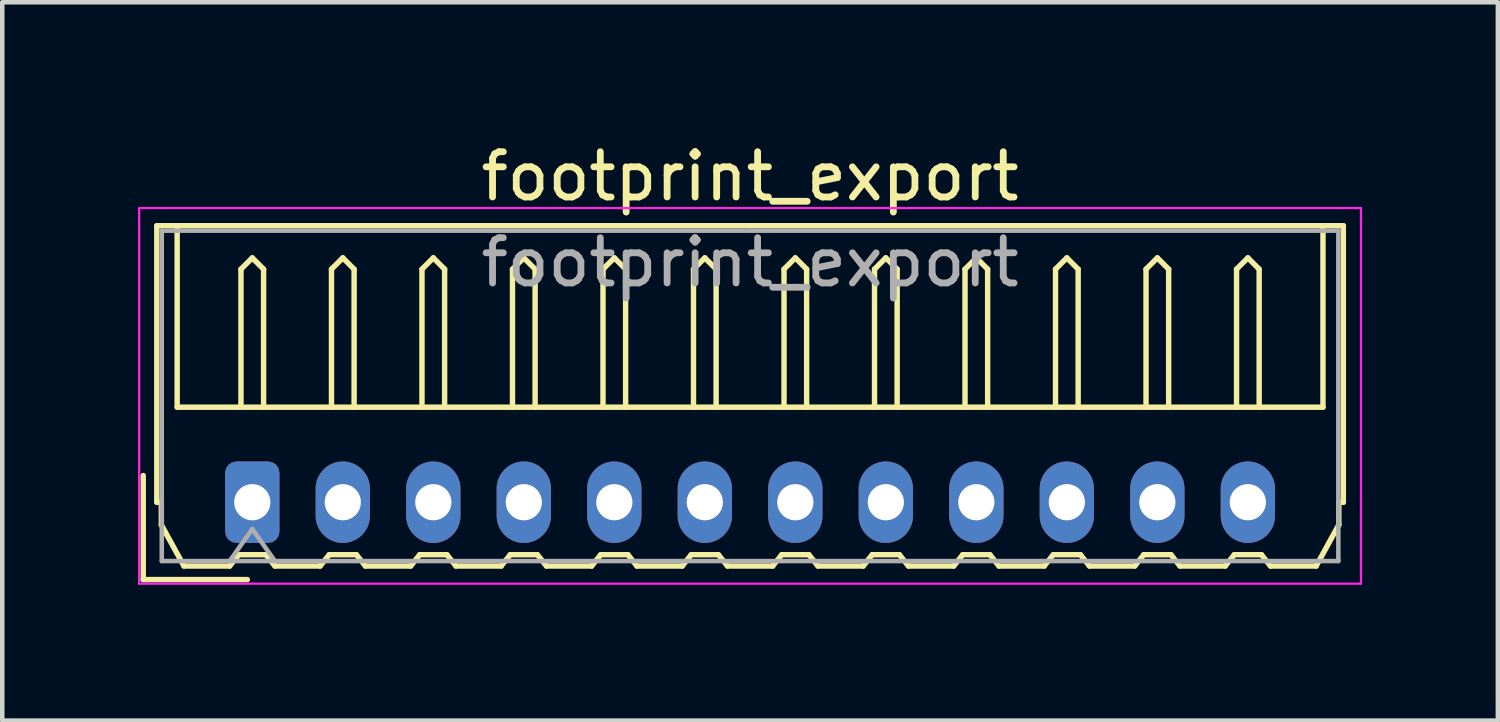
<source format=kicad_pcb>
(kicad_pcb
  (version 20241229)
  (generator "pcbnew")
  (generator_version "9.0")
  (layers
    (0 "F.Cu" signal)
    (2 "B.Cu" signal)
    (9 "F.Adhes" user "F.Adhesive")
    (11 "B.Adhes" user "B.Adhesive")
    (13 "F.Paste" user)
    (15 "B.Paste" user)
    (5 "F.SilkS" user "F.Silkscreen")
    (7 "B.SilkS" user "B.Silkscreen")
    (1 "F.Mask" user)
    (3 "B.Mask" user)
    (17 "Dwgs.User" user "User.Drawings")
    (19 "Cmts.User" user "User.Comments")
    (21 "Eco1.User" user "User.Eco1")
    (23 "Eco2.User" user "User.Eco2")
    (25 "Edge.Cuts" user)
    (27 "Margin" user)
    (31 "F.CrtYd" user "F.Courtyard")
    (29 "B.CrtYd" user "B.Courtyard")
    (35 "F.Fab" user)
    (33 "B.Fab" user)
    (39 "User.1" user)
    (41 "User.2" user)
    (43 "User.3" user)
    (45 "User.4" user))
  (footprint "footprint_export"
    (layer "F.Cu")
    (at 2.525 8.048)
    (property "Reference" "footprint_export" (at 11 -7.2 0) (layer "F.SilkS") (effects (font (size 1 1) (thickness 0.15))))
    (attr through_hole)
    (fp_line (start -2.41 1.71) (end -2.41 -0.59) (stroke (width 0.12) (type solid)) (layer "F.SilkS"))
    (fp_line (start -2.11 -6.11) (end 11 -6.11) (stroke (width 0.12) (type solid)) (layer "F.SilkS"))
    (fp_line (start -2.11 0) (end -2.11 -6.11) (stroke (width 0.12) (type solid)) (layer "F.SilkS"))
    (fp_line (start -2.01 0) (end -2.11 0) (stroke (width 0.12) (type solid)) (layer "F.SilkS"))
    (fp_line (start -2.01 0.5) (end -2.01 0) (stroke (width 0.12) (type solid)) (layer "F.SilkS"))
    (fp_line (start -1.66 -6.11) (end -1.66 -2.1) (stroke (width 0.12) (type solid)) (layer "F.SilkS"))
    (fp_line (start -1.66 -2.1) (end 23.66 -2.1) (stroke (width 0.12) (type solid)) (layer "F.SilkS"))
    (fp_line (start -1.51 1.41) (end -2.01 0.5) (stroke (width 0.12) (type solid)) (layer "F.SilkS"))
    (fp_line (start -0.5 1.41) (end -1.51 1.41) (stroke (width 0.12) (type solid)) (layer "F.SilkS"))
    (fp_line (start -0.3 1.16) (end -0.5 1.41) (stroke (width 0.12) (type solid)) (layer "F.SilkS"))
    (fp_line (start -0.3 1.16) (end 0.3 1.16) (stroke (width 0.12) (type solid)) (layer "F.SilkS"))
    (fp_line (start -0.25 -5.15) (end 0 -5.4) (stroke (width 0.12) (type solid)) (layer "F.SilkS"))
    (fp_line (start -0.25 -2.1) (end -0.25 -5.15) (stroke (width 0.12) (type solid)) (layer "F.SilkS"))
    (fp_line (start -0.11 1.71) (end -2.41 1.71) (stroke (width 0.12) (type solid)) (layer "F.SilkS"))
    (fp_line (start 0 -5.4) (end 0.25 -5.15) (stroke (width 0.12) (type solid)) (layer "F.SilkS"))
    (fp_line (start 0.25 -5.15) (end 0.25 -2.1) (stroke (width 0.12) (type solid)) (layer "F.SilkS"))
    (fp_line (start 0.3 1.16) (end 0.5 1.41) (stroke (width 0.12) (type solid)) (layer "F.SilkS"))
    (fp_line (start 0.5 1.41) (end 1.5 1.41) (stroke (width 0.12) (type solid)) (layer "F.SilkS"))
    (fp_line (start 1.5 1.41) (end 1.7 1.16) (stroke (width 0.12) (type solid)) (layer "F.SilkS"))
    (fp_line (start 1.7 1.16) (end 2.3 1.16) (stroke (width 0.12) (type solid)) (layer "F.SilkS"))
    (fp_line (start 1.75 -5.15) (end 2 -5.4) (stroke (width 0.12) (type solid)) (layer "F.SilkS"))
    (fp_line (start 1.75 -2.1) (end 1.75 -5.15) (stroke (width 0.12) (type solid)) (layer "F.SilkS"))
    (fp_line (start 2 -5.4) (end 2.25 -5.15) (stroke (width 0.12) (type solid)) (layer "F.SilkS"))
    (fp_line (start 2.25 -5.15) (end 2.25 -2.1) (stroke (width 0.12) (type solid)) (layer "F.SilkS"))
    (fp_line (start 2.3 1.16) (end 2.5 1.41) (stroke (width 0.12) (type solid)) (layer "F.SilkS"))
    (fp_line (start 2.5 1.41) (end 3.5 1.41) (stroke (width 0.12) (type solid)) (layer "F.SilkS"))
    (fp_line (start 3.5 1.41) (end 3.7 1.16) (stroke (width 0.12) (type solid)) (layer "F.SilkS"))
    (fp_line (start 3.7 1.16) (end 4.3 1.16) (stroke (width 0.12) (type solid)) (layer "F.SilkS"))
    (fp_line (start 3.75 -5.15) (end 4 -5.4) (stroke (width 0.12) (type solid)) (layer "F.SilkS"))
    (fp_line (start 3.75 -2.1) (end 3.75 -5.15) (stroke (width 0.12) (type solid)) (layer "F.SilkS"))
    (fp_line (start 4 -5.4) (end 4.25 -5.15) (stroke (width 0.12) (type solid)) (layer "F.SilkS"))
    (fp_line (start 4.25 -5.15) (end 4.25 -2.1) (stroke (width 0.12) (type solid)) (layer "F.SilkS"))
    (fp_line (start 4.3 1.16) (end 4.5 1.41) (stroke (width 0.12) (type solid)) (layer "F.SilkS"))
    (fp_line (start 4.5 1.41) (end 5.5 1.41) (stroke (width 0.12) (type solid)) (layer "F.SilkS"))
    (fp_line (start 5.5 1.41) (end 5.7 1.16) (stroke (width 0.12) (type solid)) (layer "F.SilkS"))
    (fp_line (start 5.7 1.16) (end 6.3 1.16) (stroke (width 0.12) (type solid)) (layer "F.SilkS"))
    (fp_line (start 5.75 -5.15) (end 6 -5.4) (stroke (width 0.12) (type solid)) (layer "F.SilkS"))
    (fp_line (start 5.75 -2.1) (end 5.75 -5.15) (stroke (width 0.12) (type solid)) (layer "F.SilkS"))
    (fp_line (start 6 -5.4) (end 6.25 -5.15) (stroke (width 0.12) (type solid)) (layer "F.SilkS"))
    (fp_line (start 6.25 -5.15) (end 6.25 -2.1) (stroke (width 0.12) (type solid)) (layer "F.SilkS"))
    (fp_line (start 6.3 1.16) (end 6.5 1.41) (stroke (width 0.12) (type solid)) (layer "F.SilkS"))
    (fp_line (start 6.5 1.41) (end 7.5 1.41) (stroke (width 0.12) (type solid)) (layer "F.SilkS"))
    (fp_line (start 7.5 1.41) (end 7.7 1.16) (stroke (width 0.12) (type solid)) (layer "F.SilkS"))
    (fp_line (start 7.7 1.16) (end 8.3 1.16) (stroke (width 0.12) (type solid)) (layer "F.SilkS"))
    (fp_line (start 7.75 -5.15) (end 8 -5.4) (stroke (width 0.12) (type solid)) (layer "F.SilkS"))
    (fp_line (start 7.75 -2.1) (end 7.75 -5.15) (stroke (width 0.12) (type solid)) (layer "F.SilkS"))
    (fp_line (start 8 -5.4) (end 8.25 -5.15) (stroke (width 0.12) (type solid)) (layer "F.SilkS"))
    (fp_line (start 8.25 -5.15) (end 8.25 -2.1) (stroke (width 0.12) (type solid)) (layer "F.SilkS"))
    (fp_line (start 8.3 1.16) (end 8.5 1.41) (stroke (width 0.12) (type solid)) (layer "F.SilkS"))
    (fp_line (start 8.5 1.41) (end 9.5 1.41) (stroke (width 0.12) (type solid)) (layer "F.SilkS"))
    (fp_line (start 9.5 1.41) (end 9.7 1.16) (stroke (width 0.12) (type solid)) (layer "F.SilkS"))
    (fp_line (start 9.7 1.16) (end 10.3 1.16) (stroke (width 0.12) (type solid)) (layer "F.SilkS"))
    (fp_line (start 9.75 -5.15) (end 10 -5.4) (stroke (width 0.12) (type solid)) (layer "F.SilkS"))
    (fp_line (start 9.75 -2.1) (end 9.75 -5.15) (stroke (width 0.12) (type solid)) (layer "F.SilkS"))
    (fp_line (start 10 -5.4) (end 10.25 -5.15) (stroke (width 0.12) (type solid)) (layer "F.SilkS"))
    (fp_line (start 10.25 -5.15) (end 10.25 -2.1) (stroke (width 0.12) (type solid)) (layer "F.SilkS"))
    (fp_line (start 10.3 1.16) (end 10.5 1.41) (stroke (width 0.12) (type solid)) (layer "F.SilkS"))
    (fp_line (start 10.5 1.41) (end 11.5 1.41) (stroke (width 0.12) (type solid)) (layer "F.SilkS"))
    (fp_line (start 11.5 1.41) (end 11.7 1.16) (stroke (width 0.12) (type solid)) (layer "F.SilkS"))
    (fp_line (start 11.7 1.16) (end 12.3 1.16) (stroke (width 0.12) (type solid)) (layer "F.SilkS"))
    (fp_line (start 11.75 -5.15) (end 12 -5.4) (stroke (width 0.12) (type solid)) (layer "F.SilkS"))
    (fp_line (start 11.75 -2.1) (end 11.75 -5.15) (stroke (width 0.12) (type solid)) (layer "F.SilkS"))
    (fp_line (start 12 -5.4) (end 12.25 -5.15) (stroke (width 0.12) (type solid)) (layer "F.SilkS"))
    (fp_line (start 12.25 -5.15) (end 12.25 -2.1) (stroke (width 0.12) (type solid)) (layer "F.SilkS"))
    (fp_line (start 12.3 1.16) (end 12.5 1.41) (stroke (width 0.12) (type solid)) (layer "F.SilkS"))
    (fp_line (start 12.5 1.41) (end 13.5 1.41) (stroke (width 0.12) (type solid)) (layer "F.SilkS"))
    (fp_line (start 13.5 1.41) (end 13.7 1.16) (stroke (width 0.12) (type solid)) (layer "F.SilkS"))
    (fp_line (start 13.7 1.16) (end 14.3 1.16) (stroke (width 0.12) (type solid)) (layer "F.SilkS"))
    (fp_line (start 13.75 -5.15) (end 14 -5.4) (stroke (width 0.12) (type solid)) (layer "F.SilkS"))
    (fp_line (start 13.75 -2.1) (end 13.75 -5.15) (stroke (width 0.12) (type solid)) (layer "F.SilkS"))
    (fp_line (start 14 -5.4) (end 14.25 -5.15) (stroke (width 0.12) (type solid)) (layer "F.SilkS"))
    (fp_line (start 14.25 -5.15) (end 14.25 -2.1) (stroke (width 0.12) (type solid)) (layer "F.SilkS"))
    (fp_line (start 14.3 1.16) (end 14.5 1.41) (stroke (width 0.12) (type solid)) (layer "F.SilkS"))
    (fp_line (start 14.5 1.41) (end 15.5 1.41) (stroke (width 0.12) (type solid)) (layer "F.SilkS"))
    (fp_line (start 15.5 1.41) (end 15.7 1.16) (stroke (width 0.12) (type solid)) (layer "F.SilkS"))
    (fp_line (start 15.7 1.16) (end 16.3 1.16) (stroke (width 0.12) (type solid)) (layer "F.SilkS"))
    (fp_line (start 15.75 -5.15) (end 16 -5.4) (stroke (width 0.12) (type solid)) (layer "F.SilkS"))
    (fp_line (start 15.75 -2.1) (end 15.75 -5.15) (stroke (width 0.12) (type solid)) (layer "F.SilkS"))
    (fp_line (start 16 -5.4) (end 16.25 -5.15) (stroke (width 0.12) (type solid)) (layer "F.SilkS"))
    (fp_line (start 16.25 -5.15) (end 16.25 -2.1) (stroke (width 0.12) (type solid)) (layer "F.SilkS"))
    (fp_line (start 16.3 1.16) (end 16.5 1.41) (stroke (width 0.12) (type solid)) (layer "F.SilkS"))
    (fp_line (start 16.5 1.41) (end 17.5 1.41) (stroke (width 0.12) (type solid)) (layer "F.SilkS"))
    (fp_line (start 17.5 1.41) (end 17.7 1.16) (stroke (width 0.12) (type solid)) (layer "F.SilkS"))
    (fp_line (start 17.7 1.16) (end 18.3 1.16) (stroke (width 0.12) (type solid)) (layer "F.SilkS"))
    (fp_line (start 17.75 -5.15) (end 18 -5.4) (stroke (width 0.12) (type solid)) (layer "F.SilkS"))
    (fp_line (start 17.75 -2.1) (end 17.75 -5.15) (stroke (width 0.12) (type solid)) (layer "F.SilkS"))
    (fp_line (start 18 -5.4) (end 18.25 -5.15) (stroke (width 0.12) (type solid)) (layer "F.SilkS"))
    (fp_line (start 18.25 -5.15) (end 18.25 -2.1) (stroke (width 0.12) (type solid)) (layer "F.SilkS"))
    (fp_line (start 18.3 1.16) (end 18.5 1.41) (stroke (width 0.12) (type solid)) (layer "F.SilkS"))
    (fp_line (start 18.5 1.41) (end 19.5 1.41) (stroke (width 0.12) (type solid)) (layer "F.SilkS"))
    (fp_line (start 19.5 1.41) (end 19.7 1.16) (stroke (width 0.12) (type solid)) (layer "F.SilkS"))
    (fp_line (start 19.7 1.16) (end 20.3 1.16) (stroke (width 0.12) (type solid)) (layer "F.SilkS"))
    (fp_line (start 19.75 -5.15) (end 20 -5.4) (stroke (width 0.12) (type solid)) (layer "F.SilkS"))
    (fp_line (start 19.75 -2.1) (end 19.75 -5.15) (stroke (width 0.12) (type solid)) (layer "F.SilkS"))
    (fp_line (start 20 -5.4) (end 20.25 -5.15) (stroke (width 0.12) (type solid)) (layer "F.SilkS"))
    (fp_line (start 20.25 -5.15) (end 20.25 -2.1) (stroke (width 0.12) (type solid)) (layer "F.SilkS"))
    (fp_line (start 20.3 1.16) (end 20.5 1.41) (stroke (width 0.12) (type solid)) (layer "F.SilkS"))
    (fp_line (start 20.5 1.41) (end 21.5 1.41) (stroke (width 0.12) (type solid)) (layer "F.SilkS"))
    (fp_line (start 21.5 1.41) (end 21.7 1.16) (stroke (width 0.12) (type solid)) (layer "F.SilkS"))
    (fp_line (start 21.7 1.16) (end 22.3 1.16) (stroke (width 0.12) (type solid)) (layer "F.SilkS"))
    (fp_line (start 21.75 -5.15) (end 22 -5.4) (stroke (width 0.12) (type solid)) (layer "F.SilkS"))
    (fp_line (start 21.75 -2.1) (end 21.75 -5.15) (stroke (width 0.12) (type solid)) (layer "F.SilkS"))
    (fp_line (start 22 -5.4) (end 22.25 -5.15) (stroke (width 0.12) (type solid)) (layer "F.SilkS"))
    (fp_line (start 22.25 -5.15) (end 22.25 -2.1) (stroke (width 0.12) (type solid)) (layer "F.SilkS"))
    (fp_line (start 22.3 1.16) (end 22.5 1.41) (stroke (width 0.12) (type solid)) (layer "F.SilkS"))
    (fp_line (start 22.5 1.41) (end 23.51 1.41) (stroke (width 0.12) (type solid)) (layer "F.SilkS"))
    (fp_line (start 23.51 1.41) (end 24.01 0.5) (stroke (width 0.12) (type solid)) (layer "F.SilkS"))
    (fp_line (start 23.66 -2.1) (end 23.66 -6.11) (stroke (width 0.12) (type solid)) (layer "F.SilkS"))
    (fp_line (start 24.01 0) (end 24.11 0) (stroke (width 0.12) (type solid)) (layer "F.SilkS"))
    (fp_line (start 24.01 0.5) (end 24.01 0) (stroke (width 0.12) (type solid)) (layer "F.SilkS"))
    (fp_line (start 24.11 -6.11) (end 11 -6.11) (stroke (width 0.12) (type solid)) (layer "F.SilkS"))
    (fp_line (start 24.11 0) (end 24.11 -6.11) (stroke (width 0.12) (type solid)) (layer "F.SilkS"))
    (fp_line (start -2.5 -6.5) (end -2.5 1.8) (stroke (width 0.05) (type solid)) (layer "F.CrtYd"))
    (fp_line (start -2.5 1.8) (end 24.5 1.8) (stroke (width 0.05) (type solid)) (layer "F.CrtYd"))
    (fp_line (start 24.5 -6.5) (end -2.5 -6.5) (stroke (width 0.05) (type solid)) (layer "F.CrtYd"))
    (fp_line (start 24.5 1.8) (end 24.5 -6.5) (stroke (width 0.05) (type solid)) (layer "F.CrtYd"))
    (fp_line (start -2 -6) (end -2 1.3) (stroke (width 0.1) (type solid)) (layer "F.Fab"))
    (fp_line (start -2 1.3) (end 24 1.3) (stroke (width 0.1) (type solid)) (layer "F.Fab"))
    (fp_line (start -0.5 1.3) (end 0 0.593) (stroke (width 0.1) (type solid)) (layer "F.Fab"))
    (fp_line (start 0 0.593) (end 0.5 1.3) (stroke (width 0.1) (type solid)) (layer "F.Fab"))
    (fp_line (start 24 -6) (end -2 -6) (stroke (width 0.1) (type solid)) (layer "F.Fab"))
    (fp_line (start 24 1.3) (end 24 -6) (stroke (width 0.1) (type solid)) (layer "F.Fab"))
    (fp_text user "${REFERENCE}" (at 11 -5.3 0) (layer "F.Fab") (effects (font (size 1 1) (thickness 0.15))))
    (pad "1" thru_hole roundrect (at 0 0) (size 1.2 1.8) (drill 0.8) (layers "*.Cu" "*.Mask") (roundrect_rratio 0.208))
    (pad "2" thru_hole oval (at 2 0) (size 1.2 1.8) (drill 0.8) (layers "*.Cu" "*.Mask"))
    (pad "3" thru_hole oval (at 4 0) (size 1.2 1.8) (drill 0.8) (layers "*.Cu" "*.Mask"))
    (pad "4" thru_hole oval (at 6 0) (size 1.2 1.8) (drill 0.8) (layers "*.Cu" "*.Mask"))
    (pad "5" thru_hole oval (at 8 0) (size 1.2 1.8) (drill 0.8) (layers "*.Cu" "*.Mask"))
    (pad "6" thru_hole oval (at 10 0) (size 1.2 1.8) (drill 0.8) (layers "*.Cu" "*.Mask"))
    (pad "7" thru_hole oval (at 12 0) (size 1.2 1.8) (drill 0.8) (layers "*.Cu" "*.Mask"))
    (pad "8" thru_hole oval (at 14 0) (size 1.2 1.8) (drill 0.8) (layers "*.Cu" "*.Mask"))
    (pad "9" thru_hole oval (at 16 0) (size 1.2 1.8) (drill 0.8) (layers "*.Cu" "*.Mask"))
    (pad "10" thru_hole oval (at 18 0) (size 1.2 1.8) (drill 0.8) (layers "*.Cu" "*.Mask"))
    (pad "11" thru_hole oval (at 20 0) (size 1.2 1.8) (drill 0.8) (layers "*.Cu" "*.Mask"))
    (pad "12" thru_hole oval (at 22 0) (size 1.2 1.8) (drill 0.8) (layers "*.Cu" "*.Mask")))
  (gr_rect
    (start -3 -3)
    (end 30.05 12.873)
    (stroke (width 0.1) (type default))
    (fill no)
    (layer "Edge.Cuts")))
</source>
